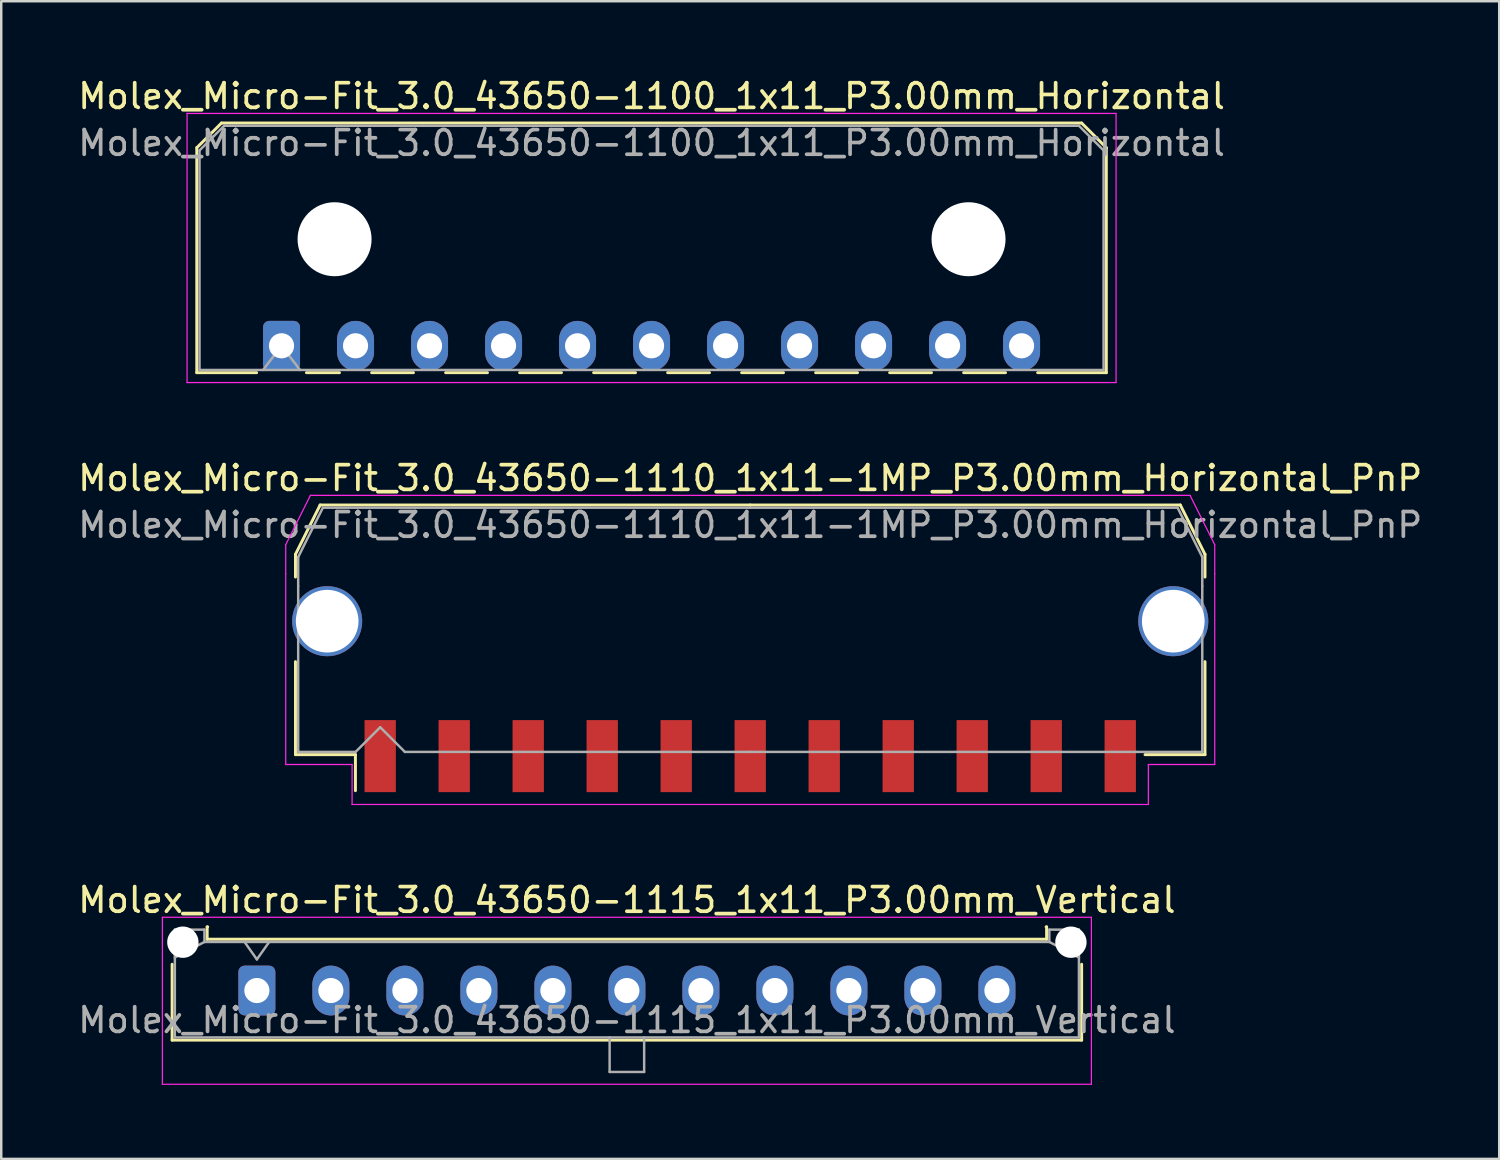
<source format=kicad_pcb>
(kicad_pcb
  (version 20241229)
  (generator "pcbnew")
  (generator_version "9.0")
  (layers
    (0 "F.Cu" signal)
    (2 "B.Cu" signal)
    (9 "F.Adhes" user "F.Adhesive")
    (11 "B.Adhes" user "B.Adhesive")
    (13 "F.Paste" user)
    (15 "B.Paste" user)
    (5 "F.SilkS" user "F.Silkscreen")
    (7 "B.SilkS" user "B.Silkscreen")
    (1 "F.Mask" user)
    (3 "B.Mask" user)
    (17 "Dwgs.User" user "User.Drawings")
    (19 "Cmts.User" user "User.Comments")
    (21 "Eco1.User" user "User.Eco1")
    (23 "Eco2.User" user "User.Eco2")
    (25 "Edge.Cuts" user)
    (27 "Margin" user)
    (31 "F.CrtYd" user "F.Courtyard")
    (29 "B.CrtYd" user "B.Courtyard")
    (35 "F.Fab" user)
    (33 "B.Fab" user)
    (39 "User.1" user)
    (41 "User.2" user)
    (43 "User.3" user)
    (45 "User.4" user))
  (footprint "Molex_Micro-Fit_3.0_43650-1100_1x11_P3.00mm_Horizontal"
    (layer "F.Cu")
    (at 8.363 10.968)
    (property "Reference" "Molex_Micro-Fit_3.0_43650-1100_1x11_P3.00mm_Horizontal" (at 15 -10.12 0) (layer "F.SilkS") (effects (font (size 1 1) (thickness 0.15))))
    (attr through_hole)
    (fp_line (start -3.435 -8.03) (end -2.435 -9.03) (stroke (width 0.12) (type solid)) (layer "F.SilkS"))
    (fp_line (start -3.435 1.09) (end -3.435 -8.03) (stroke (width 0.12) (type solid)) (layer "F.SilkS"))
    (fp_line (start -3.435 1.09) (end -1.01 1.09) (stroke (width 0.12) (type solid)) (layer "F.SilkS"))
    (fp_line (start -2.435 -9.03) (end 32.435 -9.03) (stroke (width 0.12) (type solid)) (layer "F.SilkS"))
    (fp_line (start 1.01 1.09) (end 2.348 1.09) (stroke (width 0.12) (type solid)) (layer "F.SilkS"))
    (fp_line (start 3.652 1.09) (end 5.348 1.09) (stroke (width 0.12) (type solid)) (layer "F.SilkS"))
    (fp_line (start 6.652 1.09) (end 8.348 1.09) (stroke (width 0.12) (type solid)) (layer "F.SilkS"))
    (fp_line (start 9.652 1.09) (end 11.348 1.09) (stroke (width 0.12) (type solid)) (layer "F.SilkS"))
    (fp_line (start 12.652 1.09) (end 14.348 1.09) (stroke (width 0.12) (type solid)) (layer "F.SilkS"))
    (fp_line (start 15.652 1.09) (end 17.348 1.09) (stroke (width 0.12) (type solid)) (layer "F.SilkS"))
    (fp_line (start 18.652 1.09) (end 20.348 1.09) (stroke (width 0.12) (type solid)) (layer "F.SilkS"))
    (fp_line (start 21.652 1.09) (end 23.348 1.09) (stroke (width 0.12) (type solid)) (layer "F.SilkS"))
    (fp_line (start 24.652 1.09) (end 26.348 1.09) (stroke (width 0.12) (type solid)) (layer "F.SilkS"))
    (fp_line (start 27.652 1.09) (end 29.348 1.09) (stroke (width 0.12) (type solid)) (layer "F.SilkS"))
    (fp_line (start 32.435 -9.03) (end 33.435 -8.03) (stroke (width 0.12) (type solid)) (layer "F.SilkS"))
    (fp_line (start 33.435 -8.03) (end 33.435 1.09) (stroke (width 0.12) (type solid)) (layer "F.SilkS"))
    (fp_line (start 33.435 1.09) (end 30.652 1.09) (stroke (width 0.12) (type solid)) (layer "F.SilkS"))
    (fp_line (start -3.83 -9.42) (end 33.83 -9.42) (stroke (width 0.05) (type solid)) (layer "F.CrtYd"))
    (fp_line (start -3.83 1.49) (end -3.83 -9.42) (stroke (width 0.05) (type solid)) (layer "F.CrtYd"))
    (fp_line (start 33.83 -9.42) (end 33.83 1.49) (stroke (width 0.05) (type solid)) (layer "F.CrtYd"))
    (fp_line (start 33.83 1.49) (end -3.83 1.49) (stroke (width 0.05) (type solid)) (layer "F.CrtYd"))
    (fp_line (start -3.325 -7.92) (end -2.325 -8.92) (stroke (width 0.1) (type solid)) (layer "F.Fab"))
    (fp_line (start -3.325 0.98) (end -3.325 -7.92) (stroke (width 0.1) (type solid)) (layer "F.Fab"))
    (fp_line (start -2.325 -8.92) (end 32.325 -8.92) (stroke (width 0.1) (type solid)) (layer "F.Fab"))
    (fp_line (start -0.75 0.98) (end 0 0) (stroke (width 0.1) (type solid)) (layer "F.Fab"))
    (fp_line (start 0 0) (end 0.75 0.98) (stroke (width 0.1) (type solid)) (layer "F.Fab"))
    (fp_line (start 32.325 -8.92) (end 33.325 -7.92) (stroke (width 0.1) (type solid)) (layer "F.Fab"))
    (fp_line (start 33.325 -7.92) (end 33.325 0.98) (stroke (width 0.1) (type solid)) (layer "F.Fab"))
    (fp_line (start 33.325 0.98) (end -3.325 0.98) (stroke (width 0.1) (type solid)) (layer "F.Fab"))
    (fp_text user "${REFERENCE}" (at 15 -8.22 0) (layer "F.Fab") (effects (font (size 1 1) (thickness 0.15))))
    (pad "" np_thru_hole circle (at 2.15 -4.32) (size 3 3) (drill 3) (layers "*.Cu" "*.Mask"))
    (pad "" np_thru_hole circle (at 27.85 -4.32) (size 3 3) (drill 3) (layers "*.Cu" "*.Mask"))
    (pad "1" thru_hole roundrect (at 0 0) (size 1.5 2.02) (drill 1.02) (layers "*.Cu" "*.Mask") (roundrect_rratio 0.167))
    (pad "2" thru_hole oval (at 3 0) (size 1.5 2.02) (drill 1.02) (layers "*.Cu" "*.Mask"))
    (pad "3" thru_hole oval (at 6 0) (size 1.5 2.02) (drill 1.02) (layers "*.Cu" "*.Mask"))
    (pad "4" thru_hole oval (at 9 0) (size 1.5 2.02) (drill 1.02) (layers "*.Cu" "*.Mask"))
    (pad "5" thru_hole oval (at 12 0) (size 1.5 2.02) (drill 1.02) (layers "*.Cu" "*.Mask"))
    (pad "6" thru_hole oval (at 15 0) (size 1.5 2.02) (drill 1.02) (layers "*.Cu" "*.Mask"))
    (pad "7" thru_hole oval (at 18 0) (size 1.5 2.02) (drill 1.02) (layers "*.Cu" "*.Mask"))
    (pad "8" thru_hole oval (at 21 0) (size 1.5 2.02) (drill 1.02) (layers "*.Cu" "*.Mask"))
    (pad "9" thru_hole oval (at 24 0) (size 1.5 2.02) (drill 1.02) (layers "*.Cu" "*.Mask"))
    (pad "10" thru_hole oval (at 27 0) (size 1.5 2.02) (drill 1.02) (layers "*.Cu" "*.Mask"))
    (pad "11" thru_hole oval (at 30 0) (size 1.5 2.02) (drill 1.02) (layers "*.Cu" "*.Mask")))
  (footprint "Molex_Micro-Fit_3.0_43650-1115_1x11_P3.00mm_Vertical"
    (layer "F.Cu")
    (at 7.363 37.105)
    (property "Reference" "Molex_Micro-Fit_3.0_43650-1115_1x11_P3.00mm_Vertical" (at 15 -3.67 0) (layer "F.SilkS") (effects (font (size 1 1) (thickness 0.15))))
    (attr through_hole)
    (fp_line (start -3.435 -1.065) (end -3.435 2.01) (stroke (width 0.12) (type solid)) (layer "F.SilkS"))
    (fp_line (start -3.435 2.01) (end 33.435 2.01) (stroke (width 0.12) (type solid)) (layer "F.SilkS"))
    (fp_line (start -2.015 -2.58) (end -2.015 -2.08) (stroke (width 0.12) (type solid)) (layer "F.SilkS"))
    (fp_line (start -2.015 -2.08) (end 32.015 -2.08) (stroke (width 0.12) (type solid)) (layer "F.SilkS"))
    (fp_line (start -1.995 -2.58) (end -2.015 -2.58) (stroke (width 0.12) (type solid)) (layer "F.SilkS"))
    (fp_line (start 32.015 -2.58) (end 31.995 -2.58) (stroke (width 0.12) (type solid)) (layer "F.SilkS"))
    (fp_line (start 32.015 -2.08) (end 32.015 -2.58) (stroke (width 0.12) (type solid)) (layer "F.SilkS"))
    (fp_line (start 33.435 2.01) (end 33.435 -1.065) (stroke (width 0.12) (type solid)) (layer "F.SilkS"))
    (fp_line (start -3.83 -2.97) (end 33.83 -2.97) (stroke (width 0.05) (type solid)) (layer "F.CrtYd"))
    (fp_line (start -3.83 3.8) (end -3.83 -2.97) (stroke (width 0.05) (type solid)) (layer "F.CrtYd"))
    (fp_line (start 33.83 -2.97) (end 33.83 3.8) (stroke (width 0.05) (type solid)) (layer "F.CrtYd"))
    (fp_line (start 33.83 3.8) (end -3.83 3.8) (stroke (width 0.05) (type solid)) (layer "F.CrtYd"))
    (fp_line (start -3.325 -2.47) (end -3.325 1.9) (stroke (width 0.1) (type solid)) (layer "F.Fab"))
    (fp_line (start -3.325 -1.34) (end -2.125 -1.97) (stroke (width 0.1) (type solid)) (layer "F.Fab"))
    (fp_line (start -3.325 1.9) (end 33.325 1.9) (stroke (width 0.1) (type solid)) (layer "F.Fab"))
    (fp_line (start -2.125 -2.47) (end -3.325 -2.47) (stroke (width 0.1) (type solid)) (layer "F.Fab"))
    (fp_line (start -2.125 -1.97) (end -2.125 -2.47) (stroke (width 0.1) (type solid)) (layer "F.Fab"))
    (fp_line (start -0.5 -1.97) (end 0 -1.263) (stroke (width 0.1) (type solid)) (layer "F.Fab"))
    (fp_line (start 0 -1.263) (end 0.5 -1.97) (stroke (width 0.1) (type solid)) (layer "F.Fab"))
    (fp_line (start 14.3 1.9) (end 14.3 3.3) (stroke (width 0.1) (type solid)) (layer "F.Fab"))
    (fp_line (start 14.3 3.3) (end 15.7 3.3) (stroke (width 0.1) (type solid)) (layer "F.Fab"))
    (fp_line (start 15.7 3.3) (end 15.7 1.9) (stroke (width 0.1) (type solid)) (layer "F.Fab"))
    (fp_line (start 32.125 -2.47) (end 32.125 -1.97) (stroke (width 0.1) (type solid)) (layer "F.Fab"))
    (fp_line (start 32.125 -1.97) (end -2.125 -1.97) (stroke (width 0.1) (type solid)) (layer "F.Fab"))
    (fp_line (start 33.325 -2.47) (end 32.125 -2.47) (stroke (width 0.1) (type solid)) (layer "F.Fab"))
    (fp_line (start 33.325 -1.34) (end 32.125 -1.97) (stroke (width 0.1) (type solid)) (layer "F.Fab"))
    (fp_line (start 33.325 1.9) (end 33.325 -2.47) (stroke (width 0.1) (type solid)) (layer "F.Fab"))
    (fp_text user "${REFERENCE}" (at 15 1.2 0) (layer "F.Fab") (effects (font (size 1 1) (thickness 0.15))))
    (pad "" np_thru_hole circle (at -3 -1.96) (size 1.27 1.27) (drill 1.27) (layers "*.Cu" "*.Mask"))
    (pad "" np_thru_hole circle (at 33 -1.96) (size 1.27 1.27) (drill 1.27) (layers "*.Cu" "*.Mask"))
    (pad "1" thru_hole roundrect (at 0 0) (size 1.5 2.02) (drill 1.02) (layers "*.Cu" "*.Mask") (roundrect_rratio 0.167))
    (pad "2" thru_hole oval (at 3 0) (size 1.5 2.02) (drill 1.02) (layers "*.Cu" "*.Mask"))
    (pad "3" thru_hole oval (at 6 0) (size 1.5 2.02) (drill 1.02) (layers "*.Cu" "*.Mask"))
    (pad "4" thru_hole oval (at 9 0) (size 1.5 2.02) (drill 1.02) (layers "*.Cu" "*.Mask"))
    (pad "5" thru_hole oval (at 12 0) (size 1.5 2.02) (drill 1.02) (layers "*.Cu" "*.Mask"))
    (pad "6" thru_hole oval (at 15 0) (size 1.5 2.02) (drill 1.02) (layers "*.Cu" "*.Mask"))
    (pad "7" thru_hole oval (at 18 0) (size 1.5 2.02) (drill 1.02) (layers "*.Cu" "*.Mask"))
    (pad "8" thru_hole oval (at 21 0) (size 1.5 2.02) (drill 1.02) (layers "*.Cu" "*.Mask"))
    (pad "9" thru_hole oval (at 24 0) (size 1.5 2.02) (drill 1.02) (layers "*.Cu" "*.Mask"))
    (pad "10" thru_hole oval (at 27 0) (size 1.5 2.02) (drill 1.02) (layers "*.Cu" "*.Mask"))
    (pad "11" thru_hole oval (at 30 0) (size 1.5 2.02) (drill 1.02) (layers "*.Cu" "*.Mask")))
  (footprint "Molex_Micro-Fit_3.0_43650-1110_1x11-1MP_P3.00mm_Horizontal_PnP"
    (layer "F.Cu")
    (at 27.363 22.482)
    (property "Reference" "Molex_Micro-Fit_3.0_43650-1110_1x11-1MP_P3.00mm_Horizontal_PnP" (at 0 -6.15 0) (layer "F.SilkS") (effects (font (size 1 1) (thickness 0.15))))
    (attr smd)
    (fp_line (start -18.435 -3.06) (end -18.435 -2.14) (stroke (width 0.12) (type solid)) (layer "F.SilkS"))
    (fp_line (start -18.435 1.29) (end -18.435 5.06) (stroke (width 0.12) (type solid)) (layer "F.SilkS"))
    (fp_line (start -18.435 5.06) (end -16.005 5.06) (stroke (width 0.12) (type solid)) (layer "F.SilkS"))
    (fp_line (start -17.435 -5.06) (end -18.435 -3.06) (stroke (width 0.12) (type solid)) (layer "F.SilkS"))
    (fp_line (start -16.005 5.06) (end -16.005 6.52) (stroke (width 0.12) (type solid)) (layer "F.SilkS"))
    (fp_line (start 0 -5.06) (end -17.435 -5.06) (stroke (width 0.12) (type solid)) (layer "F.SilkS"))
    (fp_line (start 0 -5.06) (end 17.435 -5.06) (stroke (width 0.12) (type solid)) (layer "F.SilkS"))
    (fp_line (start 17.435 -5.06) (end 18.435 -3.06) (stroke (width 0.12) (type solid)) (layer "F.SilkS"))
    (fp_line (start 18.435 -3.06) (end 18.435 -2.14) (stroke (width 0.12) (type solid)) (layer "F.SilkS"))
    (fp_line (start 18.435 1.29) (end 18.435 5.06) (stroke (width 0.12) (type solid)) (layer "F.SilkS"))
    (fp_line (start 18.435 5.06) (end 16.005 5.06) (stroke (width 0.12) (type solid)) (layer "F.SilkS"))
    (fp_line (start -18.83 -3.45) (end -18.83 -2.27) (stroke (width 0.05) (type solid)) (layer "F.CrtYd"))
    (fp_line (start -18.83 -2.27) (end -18.83 5.46) (stroke (width 0.05) (type solid)) (layer "F.CrtYd"))
    (fp_line (start -18.83 5.46) (end -16.14 5.46) (stroke (width 0.05) (type solid)) (layer "F.CrtYd"))
    (fp_line (start -17.83 -5.45) (end -18.83 -3.45) (stroke (width 0.05) (type solid)) (layer "F.CrtYd"))
    (fp_line (start -16.14 5.46) (end -16.14 7.08) (stroke (width 0.05) (type solid)) (layer "F.CrtYd"))
    (fp_line (start -16.14 7.08) (end 0 7.08) (stroke (width 0.05) (type solid)) (layer "F.CrtYd"))
    (fp_line (start 0 -5.45) (end -17.83 -5.45) (stroke (width 0.05) (type solid)) (layer "F.CrtYd"))
    (fp_line (start 0 -5.45) (end 17.83 -5.45) (stroke (width 0.05) (type solid)) (layer "F.CrtYd"))
    (fp_line (start 16.14 5.46) (end 16.14 7.08) (stroke (width 0.05) (type solid)) (layer "F.CrtYd"))
    (fp_line (start 16.14 7.08) (end 0 7.08) (stroke (width 0.05) (type solid)) (layer "F.CrtYd"))
    (fp_line (start 17.83 -5.45) (end 18.83 -3.45) (stroke (width 0.05) (type solid)) (layer "F.CrtYd"))
    (fp_line (start 18.83 -3.45) (end 18.83 -2.27) (stroke (width 0.05) (type solid)) (layer "F.CrtYd"))
    (fp_line (start 18.83 -2.27) (end 18.83 5.46) (stroke (width 0.05) (type solid)) (layer "F.CrtYd"))
    (fp_line (start 18.83 5.46) (end 16.14 5.46) (stroke (width 0.05) (type solid)) (layer "F.CrtYd"))
    (fp_line (start -18.325 -2.95) (end -18.325 -1.77) (stroke (width 0.1) (type solid)) (layer "F.Fab"))
    (fp_line (start -18.325 -1.77) (end -18.325 4.95) (stroke (width 0.1) (type solid)) (layer "F.Fab"))
    (fp_line (start -18.325 4.95) (end -16 4.95) (stroke (width 0.1) (type solid)) (layer "F.Fab"))
    (fp_line (start -17.325 -4.95) (end -18.325 -2.95) (stroke (width 0.1) (type solid)) (layer "F.Fab"))
    (fp_line (start -16 4.95) (end -15 3.95) (stroke (width 0.1) (type solid)) (layer "F.Fab"))
    (fp_line (start -15 3.95) (end -14 4.95) (stroke (width 0.1) (type solid)) (layer "F.Fab"))
    (fp_line (start -14 4.95) (end 0 4.95) (stroke (width 0.1) (type solid)) (layer "F.Fab"))
    (fp_line (start 0 -4.95) (end -17.325 -4.95) (stroke (width 0.1) (type solid)) (layer "F.Fab"))
    (fp_line (start 0 -4.95) (end 17.325 -4.95) (stroke (width 0.1) (type solid)) (layer "F.Fab"))
    (fp_line (start 15.635 4.95) (end 0 4.95) (stroke (width 0.1) (type solid)) (layer "F.Fab"))
    (fp_line (start 17.325 -4.95) (end 18.325 -2.95) (stroke (width 0.1) (type solid)) (layer "F.Fab"))
    (fp_line (start 18.325 -2.95) (end 18.325 -1.77) (stroke (width 0.1) (type solid)) (layer "F.Fab"))
    (fp_line (start 18.325 -1.77) (end 18.325 4.95) (stroke (width 0.1) (type solid)) (layer "F.Fab"))
    (fp_line (start 18.325 4.95) (end 15.635 4.95) (stroke (width 0.1) (type solid)) (layer "F.Fab"))
    (fp_text user "${REFERENCE}" (at 0 -4.25 0) (layer "F.Fab") (effects (font (size 1 1) (thickness 0.15))))
    (pad "1" smd rect (at -15 5.12) (size 1.27 2.92) (layers "F.Cu" "F.Mask" "F.Paste"))
    (pad "2" smd rect (at -12 5.12) (size 1.27 2.92) (layers "F.Cu" "F.Mask" "F.Paste"))
    (pad "3" smd rect (at -9 5.12) (size 1.27 2.92) (layers "F.Cu" "F.Mask" "F.Paste"))
    (pad "4" smd rect (at -6 5.12) (size 1.27 2.92) (layers "F.Cu" "F.Mask" "F.Paste"))
    (pad "5" smd rect (at -3 5.12) (size 1.27 2.92) (layers "F.Cu" "F.Mask" "F.Paste"))
    (pad "6" smd rect (at 0 5.12) (size 1.27 2.92) (layers "F.Cu" "F.Mask" "F.Paste"))
    (pad "7" smd rect (at 3 5.12) (size 1.27 2.92) (layers "F.Cu" "F.Mask" "F.Paste"))
    (pad "8" smd rect (at 6 5.12) (size 1.27 2.92) (layers "F.Cu" "F.Mask" "F.Paste"))
    (pad "9" smd rect (at 9 5.12) (size 1.27 2.92) (layers "F.Cu" "F.Mask" "F.Paste"))
    (pad "10" smd rect (at 12 5.12) (size 1.27 2.92) (layers "F.Cu" "F.Mask" "F.Paste"))
    (pad "11" smd rect (at 15 5.12) (size 1.27 2.92) (layers "F.Cu" "F.Mask" "F.Paste"))
    (pad "MP" thru_hole circle (at -17.15 -0.35) (size 2.84 2.84) (drill 2.54) (property pad_prop_heatsink) (layers "*.Cu" "*.Mask"))
    (pad "MP" thru_hole circle (at 17.15 -0.35) (size 2.84 2.84) (drill 2.54) (property pad_prop_heatsink) (layers "*.Cu" "*.Mask")))
  (gr_rect
    (start -3 -3)
    (end 57.726 43.93)
    (stroke (width 0.1) (type default))
    (fill no)
    (layer "Edge.Cuts")))
</source>
